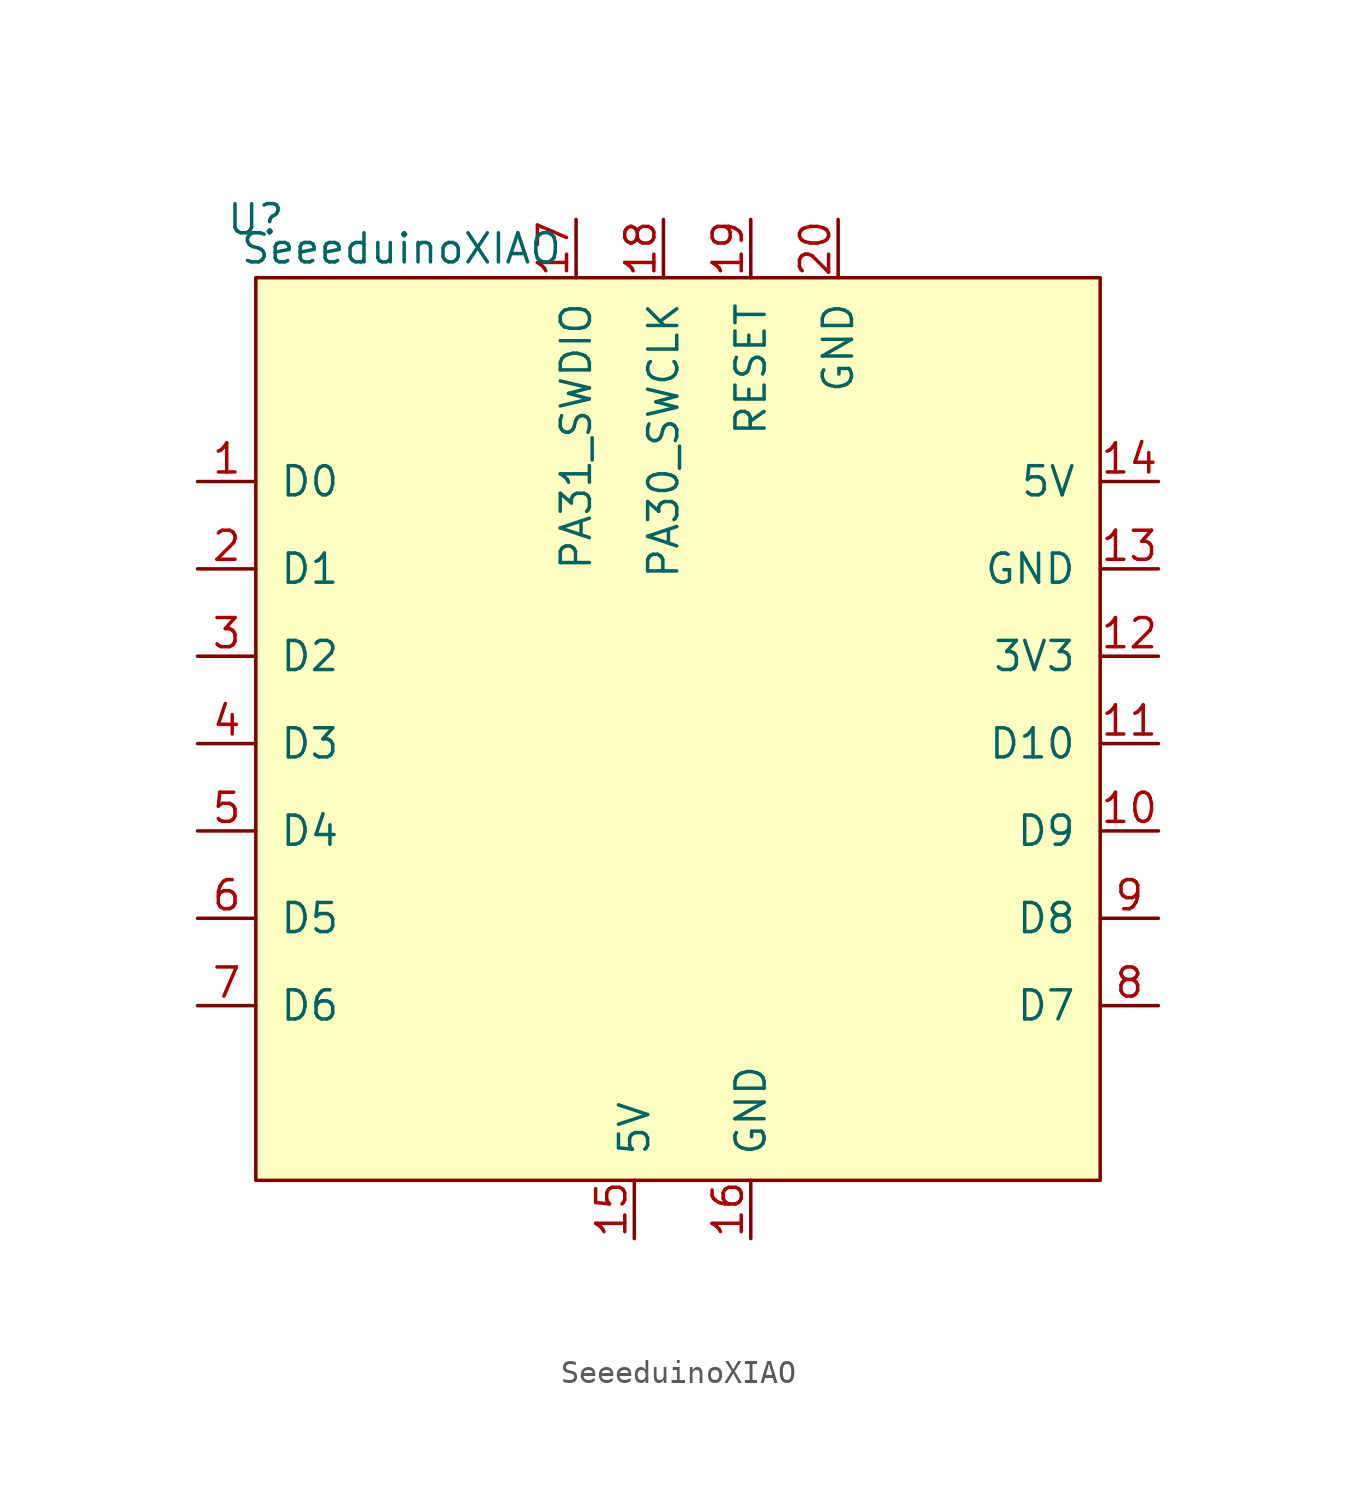
<source format=kicad_sym>
(kicad_symbol_lib
  (version 20211014)
  (generator kicad_symbol_editor)
  (symbol "SeeeduinoXIAO"
    (pin_names
      (offset 1.016))
    (property "Reference" "U"
      (at -19.05 22.86 0)
      (effects (font (size 1.27 1.27))))
    (property "Value" "SeeeduinoXIAO"
      (at -12.7 21.59 0)
      (effects (font (size 1.27 1.27))))
    (symbol "SeeeduinoXIAO_0_1"
      (rectangle (start -19.05 20.32) (end 17.78 -19.05) (stroke (width 0) (type default) (color 0 0 0 0)) (fill (type background))))
    (symbol "SeeeduinoXIAO_1_1"
      (pin unspecified line (at -21.59 11.43 0) (length 2.54) (name "D0" (effects (font (size 1.27 1.27)))) (number "1" (effects (font (size 1.27 1.27)))))
      (pin unspecified line (at 20.32 -3.81 180) (length 2.54) (name "D9" (effects (font (size 1.27 1.27)))) (number "10" (effects (font (size 1.27 1.27)))))
      (pin unspecified line (at 20.32 0 180) (length 2.54) (name "D10" (effects (font (size 1.27 1.27)))) (number "11" (effects (font (size 1.27 1.27)))))
      (pin unspecified line (at 20.32 3.81 180) (length 2.54) (name "3V3" (effects (font (size 1.27 1.27)))) (number "12" (effects (font (size 1.27 1.27)))))
      (pin unspecified line (at 20.32 7.62 180) (length 2.54) (name "GND" (effects (font (size 1.27 1.27)))) (number "13" (effects (font (size 1.27 1.27)))))
      (pin unspecified line (at 20.32 11.43 180) (length 2.54) (name "5V" (effects (font (size 1.27 1.27)))) (number "14" (effects (font (size 1.27 1.27)))))
      (pin input line (at -2.54 -21.59 90) (length 2.54) (name "5V" (effects (font (size 1.27 1.27)))) (number "15" (effects (font (size 1.27 1.27)))))
      (pin input line (at 2.54 -21.59 90) (length 2.54) (name "GND" (effects (font (size 1.27 1.27)))) (number "16" (effects (font (size 1.27 1.27)))))
      (pin input line (at -5.08 22.86 270) (length 2.54) (name "PA31_SWDIO" (effects (font (size 1.27 1.27)))) (number "17" (effects (font (size 1.27 1.27)))))
      (pin input line (at -1.27 22.86 270) (length 2.54) (name "PA30_SWCLK" (effects (font (size 1.27 1.27)))) (number "18" (effects (font (size 1.27 1.27)))))
      (pin input line (at 2.54 22.86 270) (length 2.54) (name "RESET" (effects (font (size 1.27 1.27)))) (number "19" (effects (font (size 1.27 1.27)))))
      (pin unspecified line (at -21.59 7.62 0) (length 2.54) (name "D1" (effects (font (size 1.27 1.27)))) (number "2" (effects (font (size 1.27 1.27)))))
      (pin input line (at 6.35 22.86 270) (length 2.54) (name "GND" (effects (font (size 1.27 1.27)))) (number "20" (effects (font (size 1.27 1.27)))))
      (pin unspecified line (at -21.59 3.81 0) (length 2.54) (name "D2" (effects (font (size 1.27 1.27)))) (number "3" (effects (font (size 1.27 1.27)))))
      (pin unspecified line (at -21.59 0 0) (length 2.54) (name "D3" (effects (font (size 1.27 1.27)))) (number "4" (effects (font (size 1.27 1.27)))))
      (pin unspecified line (at -21.59 -3.81 0) (length 2.54) (name "D4" (effects (font (size 1.27 1.27)))) (number "5" (effects (font (size 1.27 1.27)))))
      (pin unspecified line (at -21.59 -7.62 0) (length 2.54) (name "D5" (effects (font (size 1.27 1.27)))) (number "6" (effects (font (size 1.27 1.27)))))
      (pin unspecified line (at -21.59 -11.43 0) (length 2.54) (name "D6" (effects (font (size 1.27 1.27)))) (number "7" (effects (font (size 1.27 1.27)))))
      (pin unspecified line (at 20.32 -11.43 180) (length 2.54) (name "D7" (effects (font (size 1.27 1.27)))) (number "8" (effects (font (size 1.27 1.27)))))
      (pin unspecified line (at 20.32 -7.62 180) (length 2.54) (name "D8" (effects (font (size 1.27 1.27)))) (number "9" (effects (font (size 1.27 1.27))))))))
</source>
